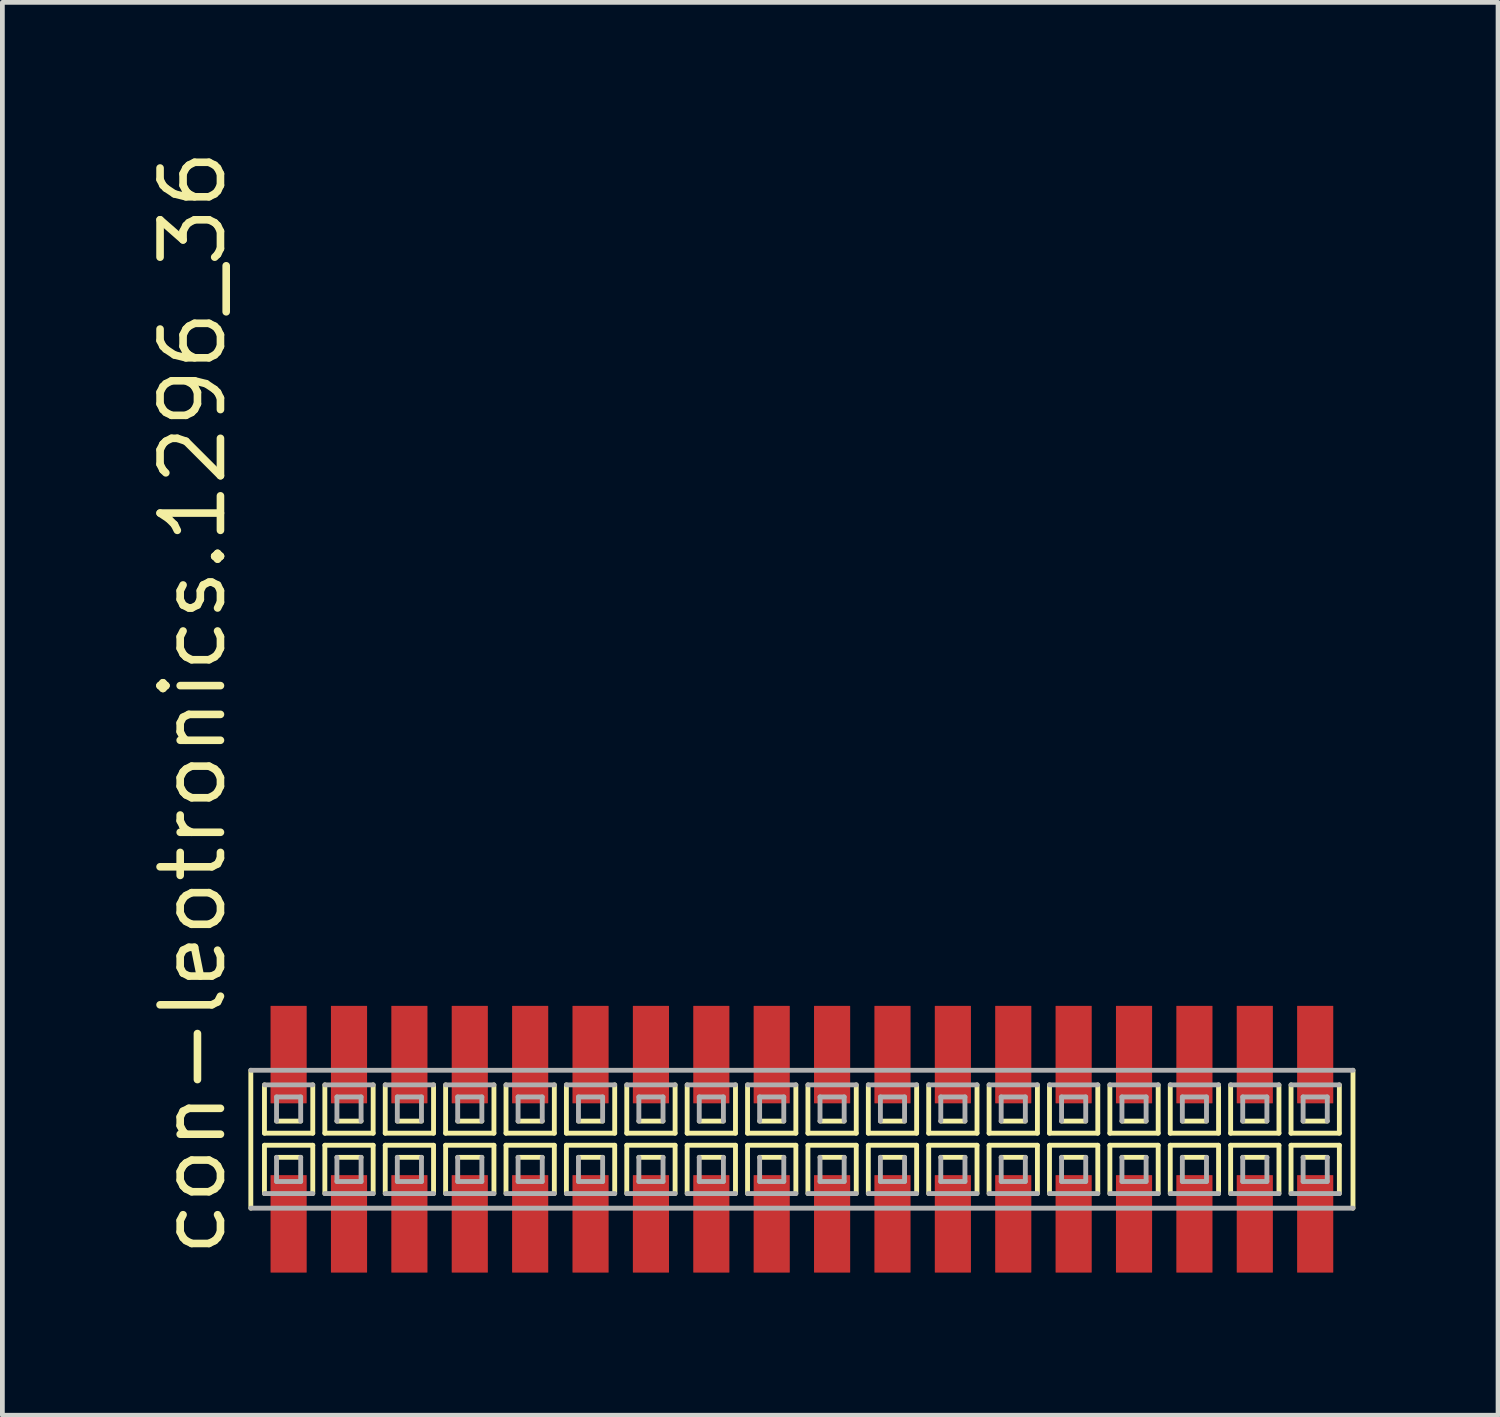
<source format=kicad_pcb>
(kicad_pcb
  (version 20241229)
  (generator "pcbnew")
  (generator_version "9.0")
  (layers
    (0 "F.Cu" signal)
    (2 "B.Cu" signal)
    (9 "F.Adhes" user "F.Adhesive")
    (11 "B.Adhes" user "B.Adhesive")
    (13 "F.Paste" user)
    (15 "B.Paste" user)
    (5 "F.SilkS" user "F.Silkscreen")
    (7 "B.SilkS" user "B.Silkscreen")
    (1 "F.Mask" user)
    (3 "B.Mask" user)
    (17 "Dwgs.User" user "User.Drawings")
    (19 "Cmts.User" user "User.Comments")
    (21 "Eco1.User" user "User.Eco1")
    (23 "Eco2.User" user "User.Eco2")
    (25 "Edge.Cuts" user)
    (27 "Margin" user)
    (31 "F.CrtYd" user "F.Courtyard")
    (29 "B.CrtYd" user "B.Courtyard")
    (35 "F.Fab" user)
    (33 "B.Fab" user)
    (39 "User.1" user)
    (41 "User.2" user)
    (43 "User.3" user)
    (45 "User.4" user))
  (footprint "con-leotronics.1296_36"
    (layer "F.Cu")
    (at 13.815 20.909)
    (property "Reference" "con-leotronics.1296_36" (at -12.065 2.54 90) (layer "F.SilkS") (effects (font (size 1.27 1.27) (thickness 0.16)) (justify left bottom)))
    (attr smd)
    (fp_line (start -11.59 -1.45) (end -11.59 1.45) (stroke (width 0.102) (type default)) (layer "F.SilkS"))
    (fp_line (start -11.303 -1.143) (end -11.303 -0.127) (stroke (width 0.102) (type default)) (layer "F.SilkS"))
    (fp_line (start -11.303 -0.127) (end -10.287 -0.127) (stroke (width 0.102) (type default)) (layer "F.SilkS"))
    (fp_line (start -11.303 0.127) (end -11.303 1.143) (stroke (width 0.102) (type default)) (layer "F.SilkS"))
    (fp_line (start -11.049 -0.381) (end -10.541 -0.381) (stroke (width 0.102) (type default)) (layer "F.SilkS"))
    (fp_line (start -10.541 0.381) (end -11.049 0.381) (stroke (width 0.102) (type default)) (layer "F.SilkS"))
    (fp_line (start -10.287 -0.127) (end -10.287 -1.143) (stroke (width 0.102) (type default)) (layer "F.SilkS"))
    (fp_line (start -10.287 0.127) (end -11.303 0.127) (stroke (width 0.102) (type default)) (layer "F.SilkS"))
    (fp_line (start -10.287 1.143) (end -10.287 0.127) (stroke (width 0.102) (type default)) (layer "F.SilkS"))
    (fp_line (start -10.033 -1.143) (end -10.033 -0.127) (stroke (width 0.102) (type default)) (layer "F.SilkS"))
    (fp_line (start -10.033 -0.127) (end -9.017 -0.127) (stroke (width 0.102) (type default)) (layer "F.SilkS"))
    (fp_line (start -10.033 0.127) (end -10.033 1.143) (stroke (width 0.102) (type default)) (layer "F.SilkS"))
    (fp_line (start -9.779 -0.381) (end -9.271 -0.381) (stroke (width 0.102) (type default)) (layer "F.SilkS"))
    (fp_line (start -9.271 0.381) (end -9.779 0.381) (stroke (width 0.102) (type default)) (layer "F.SilkS"))
    (fp_line (start -9.017 -0.127) (end -9.017 -1.143) (stroke (width 0.102) (type default)) (layer "F.SilkS"))
    (fp_line (start -9.017 0.127) (end -10.033 0.127) (stroke (width 0.102) (type default)) (layer "F.SilkS"))
    (fp_line (start -9.017 1.143) (end -9.017 0.127) (stroke (width 0.102) (type default)) (layer "F.SilkS"))
    (fp_line (start -8.763 -1.143) (end -8.763 -0.127) (stroke (width 0.102) (type default)) (layer "F.SilkS"))
    (fp_line (start -8.763 -0.127) (end -7.747 -0.127) (stroke (width 0.102) (type default)) (layer "F.SilkS"))
    (fp_line (start -8.763 0.127) (end -8.763 1.143) (stroke (width 0.102) (type default)) (layer "F.SilkS"))
    (fp_line (start -8.509 -0.381) (end -8.001 -0.381) (stroke (width 0.102) (type default)) (layer "F.SilkS"))
    (fp_line (start -8.001 0.381) (end -8.509 0.381) (stroke (width 0.102) (type default)) (layer "F.SilkS"))
    (fp_line (start -7.747 -0.127) (end -7.747 -1.143) (stroke (width 0.102) (type default)) (layer "F.SilkS"))
    (fp_line (start -7.747 0.127) (end -8.763 0.127) (stroke (width 0.102) (type default)) (layer "F.SilkS"))
    (fp_line (start -7.747 1.143) (end -7.747 0.127) (stroke (width 0.102) (type default)) (layer "F.SilkS"))
    (fp_line (start -7.493 -1.143) (end -7.493 -0.127) (stroke (width 0.102) (type default)) (layer "F.SilkS"))
    (fp_line (start -7.493 -0.127) (end -6.477 -0.127) (stroke (width 0.102) (type default)) (layer "F.SilkS"))
    (fp_line (start -7.493 0.127) (end -7.493 1.143) (stroke (width 0.102) (type default)) (layer "F.SilkS"))
    (fp_line (start -7.239 -0.381) (end -6.731 -0.381) (stroke (width 0.102) (type default)) (layer "F.SilkS"))
    (fp_line (start -6.731 0.381) (end -7.239 0.381) (stroke (width 0.102) (type default)) (layer "F.SilkS"))
    (fp_line (start -6.477 -0.127) (end -6.477 -1.143) (stroke (width 0.102) (type default)) (layer "F.SilkS"))
    (fp_line (start -6.477 0.127) (end -7.493 0.127) (stroke (width 0.102) (type default)) (layer "F.SilkS"))
    (fp_line (start -6.477 1.143) (end -6.477 0.127) (stroke (width 0.102) (type default)) (layer "F.SilkS"))
    (fp_line (start -6.223 -1.143) (end -6.223 -0.127) (stroke (width 0.102) (type default)) (layer "F.SilkS"))
    (fp_line (start -6.223 -0.127) (end -5.207 -0.127) (stroke (width 0.102) (type default)) (layer "F.SilkS"))
    (fp_line (start -6.223 0.127) (end -6.223 1.143) (stroke (width 0.102) (type default)) (layer "F.SilkS"))
    (fp_line (start -5.969 -0.381) (end -5.461 -0.381) (stroke (width 0.102) (type default)) (layer "F.SilkS"))
    (fp_line (start -5.461 0.381) (end -5.969 0.381) (stroke (width 0.102) (type default)) (layer "F.SilkS"))
    (fp_line (start -5.207 -0.127) (end -5.207 -1.143) (stroke (width 0.102) (type default)) (layer "F.SilkS"))
    (fp_line (start -5.207 0.127) (end -6.223 0.127) (stroke (width 0.102) (type default)) (layer "F.SilkS"))
    (fp_line (start -5.207 1.143) (end -5.207 0.127) (stroke (width 0.102) (type default)) (layer "F.SilkS"))
    (fp_line (start -4.953 -1.143) (end -4.953 -0.127) (stroke (width 0.102) (type default)) (layer "F.SilkS"))
    (fp_line (start -4.953 -0.127) (end -3.937 -0.127) (stroke (width 0.102) (type default)) (layer "F.SilkS"))
    (fp_line (start -4.953 0.127) (end -4.953 1.143) (stroke (width 0.102) (type default)) (layer "F.SilkS"))
    (fp_line (start -4.699 -0.381) (end -4.191 -0.381) (stroke (width 0.102) (type default)) (layer "F.SilkS"))
    (fp_line (start -4.191 0.381) (end -4.699 0.381) (stroke (width 0.102) (type default)) (layer "F.SilkS"))
    (fp_line (start -3.937 -0.127) (end -3.937 -1.143) (stroke (width 0.102) (type default)) (layer "F.SilkS"))
    (fp_line (start -3.937 0.127) (end -4.953 0.127) (stroke (width 0.102) (type default)) (layer "F.SilkS"))
    (fp_line (start -3.937 1.143) (end -3.937 0.127) (stroke (width 0.102) (type default)) (layer "F.SilkS"))
    (fp_line (start -3.683 -1.143) (end -3.683 -0.127) (stroke (width 0.102) (type default)) (layer "F.SilkS"))
    (fp_line (start -3.683 -0.127) (end -2.667 -0.127) (stroke (width 0.102) (type default)) (layer "F.SilkS"))
    (fp_line (start -3.683 0.127) (end -3.683 1.143) (stroke (width 0.102) (type default)) (layer "F.SilkS"))
    (fp_line (start -3.429 -0.381) (end -2.921 -0.381) (stroke (width 0.102) (type default)) (layer "F.SilkS"))
    (fp_line (start -2.921 0.381) (end -3.429 0.381) (stroke (width 0.102) (type default)) (layer "F.SilkS"))
    (fp_line (start -2.667 -0.127) (end -2.667 -1.143) (stroke (width 0.102) (type default)) (layer "F.SilkS"))
    (fp_line (start -2.667 0.127) (end -3.683 0.127) (stroke (width 0.102) (type default)) (layer "F.SilkS"))
    (fp_line (start -2.667 1.143) (end -2.667 0.127) (stroke (width 0.102) (type default)) (layer "F.SilkS"))
    (fp_line (start -2.413 -1.143) (end -2.413 -0.127) (stroke (width 0.102) (type default)) (layer "F.SilkS"))
    (fp_line (start -2.413 -0.127) (end -1.397 -0.127) (stroke (width 0.102) (type default)) (layer "F.SilkS"))
    (fp_line (start -2.413 0.127) (end -2.413 1.143) (stroke (width 0.102) (type default)) (layer "F.SilkS"))
    (fp_line (start -2.159 -0.381) (end -1.651 -0.381) (stroke (width 0.102) (type default)) (layer "F.SilkS"))
    (fp_line (start -1.651 0.381) (end -2.159 0.381) (stroke (width 0.102) (type default)) (layer "F.SilkS"))
    (fp_line (start -1.397 -0.127) (end -1.397 -1.143) (stroke (width 0.102) (type default)) (layer "F.SilkS"))
    (fp_line (start -1.397 0.127) (end -2.413 0.127) (stroke (width 0.102) (type default)) (layer "F.SilkS"))
    (fp_line (start -1.397 1.143) (end -1.397 0.127) (stroke (width 0.102) (type default)) (layer "F.SilkS"))
    (fp_line (start -1.143 -1.143) (end -1.143 -0.127) (stroke (width 0.102) (type default)) (layer "F.SilkS"))
    (fp_line (start -1.143 -0.127) (end -0.127 -0.127) (stroke (width 0.102) (type default)) (layer "F.SilkS"))
    (fp_line (start -1.143 0.127) (end -1.143 1.143) (stroke (width 0.102) (type default)) (layer "F.SilkS"))
    (fp_line (start -0.889 -0.381) (end -0.381 -0.381) (stroke (width 0.102) (type default)) (layer "F.SilkS"))
    (fp_line (start -0.381 0.381) (end -0.889 0.381) (stroke (width 0.102) (type default)) (layer "F.SilkS"))
    (fp_line (start -0.127 -0.127) (end -0.127 -1.143) (stroke (width 0.102) (type default)) (layer "F.SilkS"))
    (fp_line (start -0.127 0.127) (end -1.143 0.127) (stroke (width 0.102) (type default)) (layer "F.SilkS"))
    (fp_line (start -0.127 1.143) (end -0.127 0.127) (stroke (width 0.102) (type default)) (layer "F.SilkS"))
    (fp_line (start 0.127 -1.143) (end 0.127 -0.127) (stroke (width 0.102) (type default)) (layer "F.SilkS"))
    (fp_line (start 0.127 -0.127) (end 1.143 -0.127) (stroke (width 0.102) (type default)) (layer "F.SilkS"))
    (fp_line (start 0.127 0.127) (end 0.127 1.143) (stroke (width 0.102) (type default)) (layer "F.SilkS"))
    (fp_line (start 0.381 -0.381) (end 0.889 -0.381) (stroke (width 0.102) (type default)) (layer "F.SilkS"))
    (fp_line (start 0.889 0.381) (end 0.381 0.381) (stroke (width 0.102) (type default)) (layer "F.SilkS"))
    (fp_line (start 1.143 -0.127) (end 1.143 -1.143) (stroke (width 0.102) (type default)) (layer "F.SilkS"))
    (fp_line (start 1.143 0.127) (end 0.127 0.127) (stroke (width 0.102) (type default)) (layer "F.SilkS"))
    (fp_line (start 1.143 1.143) (end 1.143 0.127) (stroke (width 0.102) (type default)) (layer "F.SilkS"))
    (fp_line (start 1.397 -1.143) (end 1.397 -0.127) (stroke (width 0.102) (type default)) (layer "F.SilkS"))
    (fp_line (start 1.397 -0.127) (end 2.413 -0.127) (stroke (width 0.102) (type default)) (layer "F.SilkS"))
    (fp_line (start 1.397 0.127) (end 1.397 1.143) (stroke (width 0.102) (type default)) (layer "F.SilkS"))
    (fp_line (start 1.651 -0.381) (end 2.159 -0.381) (stroke (width 0.102) (type default)) (layer "F.SilkS"))
    (fp_line (start 2.159 0.381) (end 1.651 0.381) (stroke (width 0.102) (type default)) (layer "F.SilkS"))
    (fp_line (start 2.413 -0.127) (end 2.413 -1.143) (stroke (width 0.102) (type default)) (layer "F.SilkS"))
    (fp_line (start 2.413 0.127) (end 1.397 0.127) (stroke (width 0.102) (type default)) (layer "F.SilkS"))
    (fp_line (start 2.413 1.143) (end 2.413 0.127) (stroke (width 0.102) (type default)) (layer "F.SilkS"))
    (fp_line (start 2.667 -1.143) (end 2.667 -0.127) (stroke (width 0.102) (type default)) (layer "F.SilkS"))
    (fp_line (start 2.667 -0.127) (end 3.683 -0.127) (stroke (width 0.102) (type default)) (layer "F.SilkS"))
    (fp_line (start 2.667 0.127) (end 2.667 1.143) (stroke (width 0.102) (type default)) (layer "F.SilkS"))
    (fp_line (start 2.921 -0.381) (end 3.429 -0.381) (stroke (width 0.102) (type default)) (layer "F.SilkS"))
    (fp_line (start 3.429 0.381) (end 2.921 0.381) (stroke (width 0.102) (type default)) (layer "F.SilkS"))
    (fp_line (start 3.683 -0.127) (end 3.683 -1.143) (stroke (width 0.102) (type default)) (layer "F.SilkS"))
    (fp_line (start 3.683 0.127) (end 2.667 0.127) (stroke (width 0.102) (type default)) (layer "F.SilkS"))
    (fp_line (start 3.683 1.143) (end 3.683 0.127) (stroke (width 0.102) (type default)) (layer "F.SilkS"))
    (fp_line (start 3.937 -1.143) (end 3.937 -0.127) (stroke (width 0.102) (type default)) (layer "F.SilkS"))
    (fp_line (start 3.937 -0.127) (end 4.953 -0.127) (stroke (width 0.102) (type default)) (layer "F.SilkS"))
    (fp_line (start 3.937 0.127) (end 3.937 1.143) (stroke (width 0.102) (type default)) (layer "F.SilkS"))
    (fp_line (start 4.191 -0.381) (end 4.699 -0.381) (stroke (width 0.102) (type default)) (layer "F.SilkS"))
    (fp_line (start 4.699 0.381) (end 4.191 0.381) (stroke (width 0.102) (type default)) (layer "F.SilkS"))
    (fp_line (start 4.953 -0.127) (end 4.953 -1.143) (stroke (width 0.102) (type default)) (layer "F.SilkS"))
    (fp_line (start 4.953 0.127) (end 3.937 0.127) (stroke (width 0.102) (type default)) (layer "F.SilkS"))
    (fp_line (start 4.953 1.143) (end 4.953 0.127) (stroke (width 0.102) (type default)) (layer "F.SilkS"))
    (fp_line (start 5.207 -1.143) (end 5.207 -0.127) (stroke (width 0.102) (type default)) (layer "F.SilkS"))
    (fp_line (start 5.207 -0.127) (end 6.223 -0.127) (stroke (width 0.102) (type default)) (layer "F.SilkS"))
    (fp_line (start 5.207 0.127) (end 5.207 1.143) (stroke (width 0.102) (type default)) (layer "F.SilkS"))
    (fp_line (start 5.461 -0.381) (end 5.969 -0.381) (stroke (width 0.102) (type default)) (layer "F.SilkS"))
    (fp_line (start 5.969 0.381) (end 5.461 0.381) (stroke (width 0.102) (type default)) (layer "F.SilkS"))
    (fp_line (start 6.223 -0.127) (end 6.223 -1.143) (stroke (width 0.102) (type default)) (layer "F.SilkS"))
    (fp_line (start 6.223 0.127) (end 5.207 0.127) (stroke (width 0.102) (type default)) (layer "F.SilkS"))
    (fp_line (start 6.223 1.143) (end 6.223 0.127) (stroke (width 0.102) (type default)) (layer "F.SilkS"))
    (fp_line (start 6.477 -1.143) (end 6.477 -0.127) (stroke (width 0.102) (type default)) (layer "F.SilkS"))
    (fp_line (start 6.477 -0.127) (end 7.493 -0.127) (stroke (width 0.102) (type default)) (layer "F.SilkS"))
    (fp_line (start 6.477 0.127) (end 6.477 1.143) (stroke (width 0.102) (type default)) (layer "F.SilkS"))
    (fp_line (start 6.731 -0.381) (end 7.239 -0.381) (stroke (width 0.102) (type default)) (layer "F.SilkS"))
    (fp_line (start 7.239 0.381) (end 6.731 0.381) (stroke (width 0.102) (type default)) (layer "F.SilkS"))
    (fp_line (start 7.493 -0.127) (end 7.493 -1.143) (stroke (width 0.102) (type default)) (layer "F.SilkS"))
    (fp_line (start 7.493 0.127) (end 6.477 0.127) (stroke (width 0.102) (type default)) (layer "F.SilkS"))
    (fp_line (start 7.493 1.143) (end 7.493 0.127) (stroke (width 0.102) (type default)) (layer "F.SilkS"))
    (fp_line (start 7.747 -1.143) (end 7.747 -0.127) (stroke (width 0.102) (type default)) (layer "F.SilkS"))
    (fp_line (start 7.747 -0.127) (end 8.763 -0.127) (stroke (width 0.102) (type default)) (layer "F.SilkS"))
    (fp_line (start 7.747 0.127) (end 7.747 1.143) (stroke (width 0.102) (type default)) (layer "F.SilkS"))
    (fp_line (start 8.001 -0.381) (end 8.509 -0.381) (stroke (width 0.102) (type default)) (layer "F.SilkS"))
    (fp_line (start 8.509 0.381) (end 8.001 0.381) (stroke (width 0.102) (type default)) (layer "F.SilkS"))
    (fp_line (start 8.763 -0.127) (end 8.763 -1.143) (stroke (width 0.102) (type default)) (layer "F.SilkS"))
    (fp_line (start 8.763 0.127) (end 7.747 0.127) (stroke (width 0.102) (type default)) (layer "F.SilkS"))
    (fp_line (start 8.763 1.143) (end 8.763 0.127) (stroke (width 0.102) (type default)) (layer "F.SilkS"))
    (fp_line (start 9.017 -1.143) (end 9.017 -0.127) (stroke (width 0.102) (type default)) (layer "F.SilkS"))
    (fp_line (start 9.017 -0.127) (end 10.033 -0.127) (stroke (width 0.102) (type default)) (layer "F.SilkS"))
    (fp_line (start 9.017 0.127) (end 9.017 1.143) (stroke (width 0.102) (type default)) (layer "F.SilkS"))
    (fp_line (start 9.271 -0.381) (end 9.779 -0.381) (stroke (width 0.102) (type default)) (layer "F.SilkS"))
    (fp_line (start 9.779 0.381) (end 9.271 0.381) (stroke (width 0.102) (type default)) (layer "F.SilkS"))
    (fp_line (start 10.033 -0.127) (end 10.033 -1.143) (stroke (width 0.102) (type default)) (layer "F.SilkS"))
    (fp_line (start 10.033 0.127) (end 9.017 0.127) (stroke (width 0.102) (type default)) (layer "F.SilkS"))
    (fp_line (start 10.033 1.143) (end 10.033 0.127) (stroke (width 0.102) (type default)) (layer "F.SilkS"))
    (fp_line (start 10.287 -1.143) (end 10.287 -0.127) (stroke (width 0.102) (type default)) (layer "F.SilkS"))
    (fp_line (start 10.287 -0.127) (end 11.303 -0.127) (stroke (width 0.102) (type default)) (layer "F.SilkS"))
    (fp_line (start 10.287 0.127) (end 10.287 1.143) (stroke (width 0.102) (type default)) (layer "F.SilkS"))
    (fp_line (start 10.541 -0.381) (end 11.049 -0.381) (stroke (width 0.102) (type default)) (layer "F.SilkS"))
    (fp_line (start 11.049 0.381) (end 10.541 0.381) (stroke (width 0.102) (type default)) (layer "F.SilkS"))
    (fp_line (start 11.303 -0.127) (end 11.303 -1.143) (stroke (width 0.102) (type default)) (layer "F.SilkS"))
    (fp_line (start 11.303 0.127) (end 10.287 0.127) (stroke (width 0.102) (type default)) (layer "F.SilkS"))
    (fp_line (start 11.303 1.143) (end 11.303 0.127) (stroke (width 0.102) (type default)) (layer "F.SilkS"))
    (fp_line (start 11.59 1.45) (end 11.59 -1.45) (stroke (width 0.102) (type default)) (layer "F.SilkS"))
    (fp_line (start -11.59 1.45) (end 11.59 1.45) (stroke (width 0.102) (type default)) (layer "F.Fab"))
    (fp_line (start -11.303 1.143) (end -10.287 1.143) (stroke (width 0.102) (type default)) (layer "F.Fab"))
    (fp_line (start -11.049 -0.889) (end -11.049 -0.381) (stroke (width 0.102) (type default)) (layer "F.Fab"))
    (fp_line (start -11.049 0.381) (end -11.049 0.889) (stroke (width 0.102) (type default)) (layer "F.Fab"))
    (fp_line (start -11.049 0.889) (end -10.541 0.889) (stroke (width 0.102) (type default)) (layer "F.Fab"))
    (fp_line (start -10.541 -0.889) (end -11.049 -0.889) (stroke (width 0.102) (type default)) (layer "F.Fab"))
    (fp_line (start -10.541 -0.381) (end -10.541 -0.889) (stroke (width 0.102) (type default)) (layer "F.Fab"))
    (fp_line (start -10.541 0.889) (end -10.541 0.381) (stroke (width 0.102) (type default)) (layer "F.Fab"))
    (fp_line (start -10.287 -1.143) (end -11.303 -1.143) (stroke (width 0.102) (type default)) (layer "F.Fab"))
    (fp_line (start -10.033 1.143) (end -9.017 1.143) (stroke (width 0.102) (type default)) (layer "F.Fab"))
    (fp_line (start -9.779 -0.889) (end -9.779 -0.381) (stroke (width 0.102) (type default)) (layer "F.Fab"))
    (fp_line (start -9.779 0.381) (end -9.779 0.889) (stroke (width 0.102) (type default)) (layer "F.Fab"))
    (fp_line (start -9.779 0.889) (end -9.271 0.889) (stroke (width 0.102) (type default)) (layer "F.Fab"))
    (fp_line (start -9.271 -0.889) (end -9.779 -0.889) (stroke (width 0.102) (type default)) (layer "F.Fab"))
    (fp_line (start -9.271 -0.381) (end -9.271 -0.889) (stroke (width 0.102) (type default)) (layer "F.Fab"))
    (fp_line (start -9.271 0.889) (end -9.271 0.381) (stroke (width 0.102) (type default)) (layer "F.Fab"))
    (fp_line (start -9.017 -1.143) (end -10.033 -1.143) (stroke (width 0.102) (type default)) (layer "F.Fab"))
    (fp_line (start -8.763 1.143) (end -7.747 1.143) (stroke (width 0.102) (type default)) (layer "F.Fab"))
    (fp_line (start -8.509 -0.889) (end -8.509 -0.381) (stroke (width 0.102) (type default)) (layer "F.Fab"))
    (fp_line (start -8.509 0.381) (end -8.509 0.889) (stroke (width 0.102) (type default)) (layer "F.Fab"))
    (fp_line (start -8.509 0.889) (end -8.001 0.889) (stroke (width 0.102) (type default)) (layer "F.Fab"))
    (fp_line (start -8.001 -0.889) (end -8.509 -0.889) (stroke (width 0.102) (type default)) (layer "F.Fab"))
    (fp_line (start -8.001 -0.381) (end -8.001 -0.889) (stroke (width 0.102) (type default)) (layer "F.Fab"))
    (fp_line (start -8.001 0.889) (end -8.001 0.381) (stroke (width 0.102) (type default)) (layer "F.Fab"))
    (fp_line (start -7.747 -1.143) (end -8.763 -1.143) (stroke (width 0.102) (type default)) (layer "F.Fab"))
    (fp_line (start -7.493 1.143) (end -6.477 1.143) (stroke (width 0.102) (type default)) (layer "F.Fab"))
    (fp_line (start -7.239 -0.889) (end -7.239 -0.381) (stroke (width 0.102) (type default)) (layer "F.Fab"))
    (fp_line (start -7.239 0.381) (end -7.239 0.889) (stroke (width 0.102) (type default)) (layer "F.Fab"))
    (fp_line (start -7.239 0.889) (end -6.731 0.889) (stroke (width 0.102) (type default)) (layer "F.Fab"))
    (fp_line (start -6.731 -0.889) (end -7.239 -0.889) (stroke (width 0.102) (type default)) (layer "F.Fab"))
    (fp_line (start -6.731 -0.381) (end -6.731 -0.889) (stroke (width 0.102) (type default)) (layer "F.Fab"))
    (fp_line (start -6.731 0.889) (end -6.731 0.381) (stroke (width 0.102) (type default)) (layer "F.Fab"))
    (fp_line (start -6.477 -1.143) (end -7.493 -1.143) (stroke (width 0.102) (type default)) (layer "F.Fab"))
    (fp_line (start -6.223 1.143) (end -5.207 1.143) (stroke (width 0.102) (type default)) (layer "F.Fab"))
    (fp_line (start -5.969 -0.889) (end -5.969 -0.381) (stroke (width 0.102) (type default)) (layer "F.Fab"))
    (fp_line (start -5.969 0.381) (end -5.969 0.889) (stroke (width 0.102) (type default)) (layer "F.Fab"))
    (fp_line (start -5.969 0.889) (end -5.461 0.889) (stroke (width 0.102) (type default)) (layer "F.Fab"))
    (fp_line (start -5.461 -0.889) (end -5.969 -0.889) (stroke (width 0.102) (type default)) (layer "F.Fab"))
    (fp_line (start -5.461 -0.381) (end -5.461 -0.889) (stroke (width 0.102) (type default)) (layer "F.Fab"))
    (fp_line (start -5.461 0.889) (end -5.461 0.381) (stroke (width 0.102) (type default)) (layer "F.Fab"))
    (fp_line (start -5.207 -1.143) (end -6.223 -1.143) (stroke (width 0.102) (type default)) (layer "F.Fab"))
    (fp_line (start -4.953 1.143) (end -3.937 1.143) (stroke (width 0.102) (type default)) (layer "F.Fab"))
    (fp_line (start -4.699 -0.889) (end -4.699 -0.381) (stroke (width 0.102) (type default)) (layer "F.Fab"))
    (fp_line (start -4.699 0.381) (end -4.699 0.889) (stroke (width 0.102) (type default)) (layer "F.Fab"))
    (fp_line (start -4.699 0.889) (end -4.191 0.889) (stroke (width 0.102) (type default)) (layer "F.Fab"))
    (fp_line (start -4.191 -0.889) (end -4.699 -0.889) (stroke (width 0.102) (type default)) (layer "F.Fab"))
    (fp_line (start -4.191 -0.381) (end -4.191 -0.889) (stroke (width 0.102) (type default)) (layer "F.Fab"))
    (fp_line (start -4.191 0.889) (end -4.191 0.381) (stroke (width 0.102) (type default)) (layer "F.Fab"))
    (fp_line (start -3.937 -1.143) (end -4.953 -1.143) (stroke (width 0.102) (type default)) (layer "F.Fab"))
    (fp_line (start -3.683 1.143) (end -2.667 1.143) (stroke (width 0.102) (type default)) (layer "F.Fab"))
    (fp_line (start -3.429 -0.889) (end -3.429 -0.381) (stroke (width 0.102) (type default)) (layer "F.Fab"))
    (fp_line (start -3.429 0.381) (end -3.429 0.889) (stroke (width 0.102) (type default)) (layer "F.Fab"))
    (fp_line (start -3.429 0.889) (end -2.921 0.889) (stroke (width 0.102) (type default)) (layer "F.Fab"))
    (fp_line (start -2.921 -0.889) (end -3.429 -0.889) (stroke (width 0.102) (type default)) (layer "F.Fab"))
    (fp_line (start -2.921 -0.381) (end -2.921 -0.889) (stroke (width 0.102) (type default)) (layer "F.Fab"))
    (fp_line (start -2.921 0.889) (end -2.921 0.381) (stroke (width 0.102) (type default)) (layer "F.Fab"))
    (fp_line (start -2.667 -1.143) (end -3.683 -1.143) (stroke (width 0.102) (type default)) (layer "F.Fab"))
    (fp_line (start -2.413 1.143) (end -1.397 1.143) (stroke (width 0.102) (type default)) (layer "F.Fab"))
    (fp_line (start -2.159 -0.889) (end -2.159 -0.381) (stroke (width 0.102) (type default)) (layer "F.Fab"))
    (fp_line (start -2.159 0.381) (end -2.159 0.889) (stroke (width 0.102) (type default)) (layer "F.Fab"))
    (fp_line (start -2.159 0.889) (end -1.651 0.889) (stroke (width 0.102) (type default)) (layer "F.Fab"))
    (fp_line (start -1.651 -0.889) (end -2.159 -0.889) (stroke (width 0.102) (type default)) (layer "F.Fab"))
    (fp_line (start -1.651 -0.381) (end -1.651 -0.889) (stroke (width 0.102) (type default)) (layer "F.Fab"))
    (fp_line (start -1.651 0.889) (end -1.651 0.381) (stroke (width 0.102) (type default)) (layer "F.Fab"))
    (fp_line (start -1.397 -1.143) (end -2.413 -1.143) (stroke (width 0.102) (type default)) (layer "F.Fab"))
    (fp_line (start -1.143 1.143) (end -0.127 1.143) (stroke (width 0.102) (type default)) (layer "F.Fab"))
    (fp_line (start -0.889 -0.889) (end -0.889 -0.381) (stroke (width 0.102) (type default)) (layer "F.Fab"))
    (fp_line (start -0.889 0.381) (end -0.889 0.889) (stroke (width 0.102) (type default)) (layer "F.Fab"))
    (fp_line (start -0.889 0.889) (end -0.381 0.889) (stroke (width 0.102) (type default)) (layer "F.Fab"))
    (fp_line (start -0.381 -0.889) (end -0.889 -0.889) (stroke (width 0.102) (type default)) (layer "F.Fab"))
    (fp_line (start -0.381 -0.381) (end -0.381 -0.889) (stroke (width 0.102) (type default)) (layer "F.Fab"))
    (fp_line (start -0.381 0.889) (end -0.381 0.381) (stroke (width 0.102) (type default)) (layer "F.Fab"))
    (fp_line (start -0.127 -1.143) (end -1.143 -1.143) (stroke (width 0.102) (type default)) (layer "F.Fab"))
    (fp_line (start 0.127 1.143) (end 1.143 1.143) (stroke (width 0.102) (type default)) (layer "F.Fab"))
    (fp_line (start 0.381 -0.889) (end 0.381 -0.381) (stroke (width 0.102) (type default)) (layer "F.Fab"))
    (fp_line (start 0.381 0.381) (end 0.381 0.889) (stroke (width 0.102) (type default)) (layer "F.Fab"))
    (fp_line (start 0.381 0.889) (end 0.889 0.889) (stroke (width 0.102) (type default)) (layer "F.Fab"))
    (fp_line (start 0.889 -0.889) (end 0.381 -0.889) (stroke (width 0.102) (type default)) (layer "F.Fab"))
    (fp_line (start 0.889 -0.381) (end 0.889 -0.889) (stroke (width 0.102) (type default)) (layer "F.Fab"))
    (fp_line (start 0.889 0.889) (end 0.889 0.381) (stroke (width 0.102) (type default)) (layer "F.Fab"))
    (fp_line (start 1.143 -1.143) (end 0.127 -1.143) (stroke (width 0.102) (type default)) (layer "F.Fab"))
    (fp_line (start 1.397 1.143) (end 2.413 1.143) (stroke (width 0.102) (type default)) (layer "F.Fab"))
    (fp_line (start 1.651 -0.889) (end 1.651 -0.381) (stroke (width 0.102) (type default)) (layer "F.Fab"))
    (fp_line (start 1.651 0.381) (end 1.651 0.889) (stroke (width 0.102) (type default)) (layer "F.Fab"))
    (fp_line (start 1.651 0.889) (end 2.159 0.889) (stroke (width 0.102) (type default)) (layer "F.Fab"))
    (fp_line (start 2.159 -0.889) (end 1.651 -0.889) (stroke (width 0.102) (type default)) (layer "F.Fab"))
    (fp_line (start 2.159 -0.381) (end 2.159 -0.889) (stroke (width 0.102) (type default)) (layer "F.Fab"))
    (fp_line (start 2.159 0.889) (end 2.159 0.381) (stroke (width 0.102) (type default)) (layer "F.Fab"))
    (fp_line (start 2.413 -1.143) (end 1.397 -1.143) (stroke (width 0.102) (type default)) (layer "F.Fab"))
    (fp_line (start 2.667 1.143) (end 3.683 1.143) (stroke (width 0.102) (type default)) (layer "F.Fab"))
    (fp_line (start 2.921 -0.889) (end 2.921 -0.381) (stroke (width 0.102) (type default)) (layer "F.Fab"))
    (fp_line (start 2.921 0.381) (end 2.921 0.889) (stroke (width 0.102) (type default)) (layer "F.Fab"))
    (fp_line (start 2.921 0.889) (end 3.429 0.889) (stroke (width 0.102) (type default)) (layer "F.Fab"))
    (fp_line (start 3.429 -0.889) (end 2.921 -0.889) (stroke (width 0.102) (type default)) (layer "F.Fab"))
    (fp_line (start 3.429 -0.381) (end 3.429 -0.889) (stroke (width 0.102) (type default)) (layer "F.Fab"))
    (fp_line (start 3.429 0.889) (end 3.429 0.381) (stroke (width 0.102) (type default)) (layer "F.Fab"))
    (fp_line (start 3.683 -1.143) (end 2.667 -1.143) (stroke (width 0.102) (type default)) (layer "F.Fab"))
    (fp_line (start 3.937 1.143) (end 4.953 1.143) (stroke (width 0.102) (type default)) (layer "F.Fab"))
    (fp_line (start 4.191 -0.889) (end 4.191 -0.381) (stroke (width 0.102) (type default)) (layer "F.Fab"))
    (fp_line (start 4.191 0.381) (end 4.191 0.889) (stroke (width 0.102) (type default)) (layer "F.Fab"))
    (fp_line (start 4.191 0.889) (end 4.699 0.889) (stroke (width 0.102) (type default)) (layer "F.Fab"))
    (fp_line (start 4.699 -0.889) (end 4.191 -0.889) (stroke (width 0.102) (type default)) (layer "F.Fab"))
    (fp_line (start 4.699 -0.381) (end 4.699 -0.889) (stroke (width 0.102) (type default)) (layer "F.Fab"))
    (fp_line (start 4.699 0.889) (end 4.699 0.381) (stroke (width 0.102) (type default)) (layer "F.Fab"))
    (fp_line (start 4.953 -1.143) (end 3.937 -1.143) (stroke (width 0.102) (type default)) (layer "F.Fab"))
    (fp_line (start 5.207 1.143) (end 6.223 1.143) (stroke (width 0.102) (type default)) (layer "F.Fab"))
    (fp_line (start 5.461 -0.889) (end 5.461 -0.381) (stroke (width 0.102) (type default)) (layer "F.Fab"))
    (fp_line (start 5.461 0.381) (end 5.461 0.889) (stroke (width 0.102) (type default)) (layer "F.Fab"))
    (fp_line (start 5.461 0.889) (end 5.969 0.889) (stroke (width 0.102) (type default)) (layer "F.Fab"))
    (fp_line (start 5.969 -0.889) (end 5.461 -0.889) (stroke (width 0.102) (type default)) (layer "F.Fab"))
    (fp_line (start 5.969 -0.381) (end 5.969 -0.889) (stroke (width 0.102) (type default)) (layer "F.Fab"))
    (fp_line (start 5.969 0.889) (end 5.969 0.381) (stroke (width 0.102) (type default)) (layer "F.Fab"))
    (fp_line (start 6.223 -1.143) (end 5.207 -1.143) (stroke (width 0.102) (type default)) (layer "F.Fab"))
    (fp_line (start 6.477 1.143) (end 7.493 1.143) (stroke (width 0.102) (type default)) (layer "F.Fab"))
    (fp_line (start 6.731 -0.889) (end 6.731 -0.381) (stroke (width 0.102) (type default)) (layer "F.Fab"))
    (fp_line (start 6.731 0.381) (end 6.731 0.889) (stroke (width 0.102) (type default)) (layer "F.Fab"))
    (fp_line (start 6.731 0.889) (end 7.239 0.889) (stroke (width 0.102) (type default)) (layer "F.Fab"))
    (fp_line (start 7.239 -0.889) (end 6.731 -0.889) (stroke (width 0.102) (type default)) (layer "F.Fab"))
    (fp_line (start 7.239 -0.381) (end 7.239 -0.889) (stroke (width 0.102) (type default)) (layer "F.Fab"))
    (fp_line (start 7.239 0.889) (end 7.239 0.381) (stroke (width 0.102) (type default)) (layer "F.Fab"))
    (fp_line (start 7.493 -1.143) (end 6.477 -1.143) (stroke (width 0.102) (type default)) (layer "F.Fab"))
    (fp_line (start 7.747 1.143) (end 8.763 1.143) (stroke (width 0.102) (type default)) (layer "F.Fab"))
    (fp_line (start 8.001 -0.889) (end 8.001 -0.381) (stroke (width 0.102) (type default)) (layer "F.Fab"))
    (fp_line (start 8.001 0.381) (end 8.001 0.889) (stroke (width 0.102) (type default)) (layer "F.Fab"))
    (fp_line (start 8.001 0.889) (end 8.509 0.889) (stroke (width 0.102) (type default)) (layer "F.Fab"))
    (fp_line (start 8.509 -0.889) (end 8.001 -0.889) (stroke (width 0.102) (type default)) (layer "F.Fab"))
    (fp_line (start 8.509 -0.381) (end 8.509 -0.889) (stroke (width 0.102) (type default)) (layer "F.Fab"))
    (fp_line (start 8.509 0.889) (end 8.509 0.381) (stroke (width 0.102) (type default)) (layer "F.Fab"))
    (fp_line (start 8.763 -1.143) (end 7.747 -1.143) (stroke (width 0.102) (type default)) (layer "F.Fab"))
    (fp_line (start 9.017 1.143) (end 10.033 1.143) (stroke (width 0.102) (type default)) (layer "F.Fab"))
    (fp_line (start 9.271 -0.889) (end 9.271 -0.381) (stroke (width 0.102) (type default)) (layer "F.Fab"))
    (fp_line (start 9.271 0.381) (end 9.271 0.889) (stroke (width 0.102) (type default)) (layer "F.Fab"))
    (fp_line (start 9.271 0.889) (end 9.779 0.889) (stroke (width 0.102) (type default)) (layer "F.Fab"))
    (fp_line (start 9.779 -0.889) (end 9.271 -0.889) (stroke (width 0.102) (type default)) (layer "F.Fab"))
    (fp_line (start 9.779 -0.381) (end 9.779 -0.889) (stroke (width 0.102) (type default)) (layer "F.Fab"))
    (fp_line (start 9.779 0.889) (end 9.779 0.381) (stroke (width 0.102) (type default)) (layer "F.Fab"))
    (fp_line (start 10.033 -1.143) (end 9.017 -1.143) (stroke (width 0.102) (type default)) (layer "F.Fab"))
    (fp_line (start 10.287 1.143) (end 11.303 1.143) (stroke (width 0.102) (type default)) (layer "F.Fab"))
    (fp_line (start 10.541 -0.889) (end 10.541 -0.381) (stroke (width 0.102) (type default)) (layer "F.Fab"))
    (fp_line (start 10.541 0.381) (end 10.541 0.889) (stroke (width 0.102) (type default)) (layer "F.Fab"))
    (fp_line (start 10.541 0.889) (end 11.049 0.889) (stroke (width 0.102) (type default)) (layer "F.Fab"))
    (fp_line (start 11.049 -0.889) (end 10.541 -0.889) (stroke (width 0.102) (type default)) (layer "F.Fab"))
    (fp_line (start 11.049 -0.381) (end 11.049 -0.889) (stroke (width 0.102) (type default)) (layer "F.Fab"))
    (fp_line (start 11.049 0.889) (end 11.049 0.381) (stroke (width 0.102) (type default)) (layer "F.Fab"))
    (fp_line (start 11.303 -1.143) (end 10.287 -1.143) (stroke (width 0.102) (type default)) (layer "F.Fab"))
    (fp_line (start 11.59 -1.45) (end -11.59 -1.45) (stroke (width 0.102) (type default)) (layer "F.Fab"))
    (pad "1" smd roundrect (at -10.795 1.78) (size 0.76 2.05) (layers "F.Cu" "F.Mask" "F.Paste") (roundrect_rratio 0.01))
    (pad "2" smd roundrect (at -10.795 -1.78) (size 0.76 2.05) (layers "F.Cu" "F.Mask" "F.Paste") (roundrect_rratio 0.01))
    (pad "3" smd roundrect (at -9.525 1.78) (size 0.76 2.05) (layers "F.Cu" "F.Mask" "F.Paste") (roundrect_rratio 0.01))
    (pad "4" smd roundrect (at -9.525 -1.78) (size 0.76 2.05) (layers "F.Cu" "F.Mask" "F.Paste") (roundrect_rratio 0.01))
    (pad "5" smd roundrect (at -8.255 1.78) (size 0.76 2.05) (layers "F.Cu" "F.Mask" "F.Paste") (roundrect_rratio 0.01))
    (pad "6" smd roundrect (at -8.255 -1.78) (size 0.76 2.05) (layers "F.Cu" "F.Mask" "F.Paste") (roundrect_rratio 0.01))
    (pad "7" smd roundrect (at -6.985 1.78) (size 0.76 2.05) (layers "F.Cu" "F.Mask" "F.Paste") (roundrect_rratio 0.01))
    (pad "8" smd roundrect (at -6.985 -1.78) (size 0.76 2.05) (layers "F.Cu" "F.Mask" "F.Paste") (roundrect_rratio 0.01))
    (pad "9" smd roundrect (at -5.715 1.78) (size 0.76 2.05) (layers "F.Cu" "F.Mask" "F.Paste") (roundrect_rratio 0.01))
    (pad "10" smd roundrect (at -5.715 -1.78) (size 0.76 2.05) (layers "F.Cu" "F.Mask" "F.Paste") (roundrect_rratio 0.01))
    (pad "11" smd roundrect (at -4.445 1.78) (size 0.76 2.05) (layers "F.Cu" "F.Mask" "F.Paste") (roundrect_rratio 0.01))
    (pad "12" smd roundrect (at -4.445 -1.78) (size 0.76 2.05) (layers "F.Cu" "F.Mask" "F.Paste") (roundrect_rratio 0.01))
    (pad "13" smd roundrect (at -3.175 1.78) (size 0.76 2.05) (layers "F.Cu" "F.Mask" "F.Paste") (roundrect_rratio 0.01))
    (pad "14" smd roundrect (at -3.175 -1.78) (size 0.76 2.05) (layers "F.Cu" "F.Mask" "F.Paste") (roundrect_rratio 0.01))
    (pad "15" smd roundrect (at -1.905 1.78) (size 0.76 2.05) (layers "F.Cu" "F.Mask" "F.Paste") (roundrect_rratio 0.01))
    (pad "16" smd roundrect (at -1.905 -1.78) (size 0.76 2.05) (layers "F.Cu" "F.Mask" "F.Paste") (roundrect_rratio 0.01))
    (pad "17" smd roundrect (at -0.635 1.78) (size 0.76 2.05) (layers "F.Cu" "F.Mask" "F.Paste") (roundrect_rratio 0.01))
    (pad "18" smd roundrect (at -0.635 -1.78) (size 0.76 2.05) (layers "F.Cu" "F.Mask" "F.Paste") (roundrect_rratio 0.01))
    (pad "19" smd roundrect (at 0.635 1.78) (size 0.76 2.05) (layers "F.Cu" "F.Mask" "F.Paste") (roundrect_rratio 0.01))
    (pad "20" smd roundrect (at 0.635 -1.78) (size 0.76 2.05) (layers "F.Cu" "F.Mask" "F.Paste") (roundrect_rratio 0.01))
    (pad "21" smd roundrect (at 1.905 1.78) (size 0.76 2.05) (layers "F.Cu" "F.Mask" "F.Paste") (roundrect_rratio 0.01))
    (pad "22" smd roundrect (at 1.905 -1.78) (size 0.76 2.05) (layers "F.Cu" "F.Mask" "F.Paste") (roundrect_rratio 0.01))
    (pad "23" smd roundrect (at 3.175 1.78) (size 0.76 2.05) (layers "F.Cu" "F.Mask" "F.Paste") (roundrect_rratio 0.01))
    (pad "24" smd roundrect (at 3.175 -1.78) (size 0.76 2.05) (layers "F.Cu" "F.Mask" "F.Paste") (roundrect_rratio 0.01))
    (pad "25" smd roundrect (at 4.445 1.78) (size 0.76 2.05) (layers "F.Cu" "F.Mask" "F.Paste") (roundrect_rratio 0.01))
    (pad "26" smd roundrect (at 4.445 -1.78) (size 0.76 2.05) (layers "F.Cu" "F.Mask" "F.Paste") (roundrect_rratio 0.01))
    (pad "27" smd roundrect (at 5.715 1.78) (size 0.76 2.05) (layers "F.Cu" "F.Mask" "F.Paste") (roundrect_rratio 0.01))
    (pad "28" smd roundrect (at 5.715 -1.78) (size 0.76 2.05) (layers "F.Cu" "F.Mask" "F.Paste") (roundrect_rratio 0.01))
    (pad "29" smd roundrect (at 6.985 1.78) (size 0.76 2.05) (layers "F.Cu" "F.Mask" "F.Paste") (roundrect_rratio 0.01))
    (pad "30" smd roundrect (at 6.985 -1.78) (size 0.76 2.05) (layers "F.Cu" "F.Mask" "F.Paste") (roundrect_rratio 0.01))
    (pad "31" smd roundrect (at 8.255 1.78) (size 0.76 2.05) (layers "F.Cu" "F.Mask" "F.Paste") (roundrect_rratio 0.01))
    (pad "32" smd roundrect (at 8.255 -1.78) (size 0.76 2.05) (layers "F.Cu" "F.Mask" "F.Paste") (roundrect_rratio 0.01))
    (pad "33" smd roundrect (at 9.525 1.78) (size 0.76 2.05) (layers "F.Cu" "F.Mask" "F.Paste") (roundrect_rratio 0.01))
    (pad "34" smd roundrect (at 9.525 -1.78) (size 0.76 2.05) (layers "F.Cu" "F.Mask" "F.Paste") (roundrect_rratio 0.01))
    (pad "35" smd roundrect (at 10.795 1.78) (size 0.76 2.05) (layers "F.Cu" "F.Mask" "F.Paste") (roundrect_rratio 0.01))
    (pad "36" smd roundrect (at 10.795 -1.78) (size 0.76 2.05) (layers "F.Cu" "F.Mask" "F.Paste") (roundrect_rratio 0.01)))
  (gr_rect
    (start -3 -3)
    (end 28.456 26.714)
    (stroke (width 0.1) (type default))
    (fill no)
    (layer "Edge.Cuts")))
</source>
